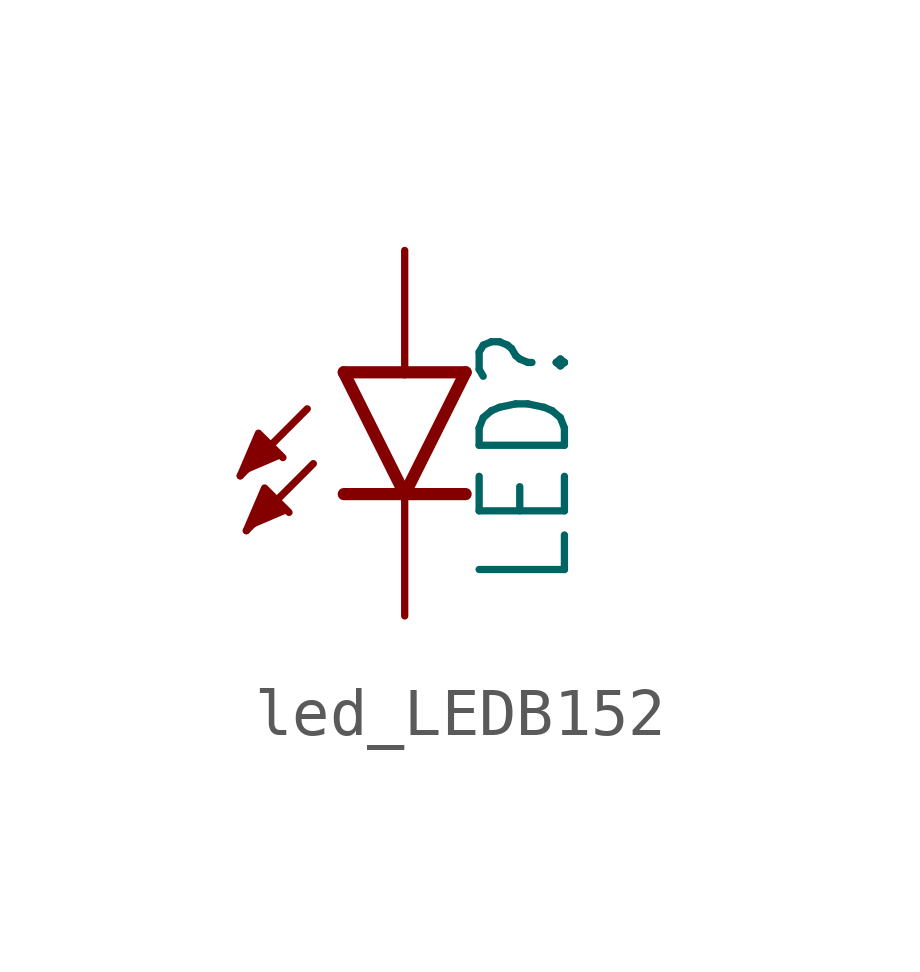
<source format=kicad_sym>
(kicad_symbol_lib
  (version 20231120)
  (generator "kicad_symbol_editor")
  (generator_version "8.0")
  (symbol "led_LEDB152"
    (property "Reference" "LED"
      (at 3.556 -4.572 90)
      (effects (font (size 1.778 1.511)) (justify left bottom)))
    (property "Value" ""
      (at 5.715 -4.572 90)
      (effects (font (size 1.778 1.511)) (justify left bottom)))
    (property "ki_locked" ""
      (at 0 0 0)
      (effects (font (size 1.27 1.27))))
    (symbol "led_LEDB152_1_0"
      (polyline (pts (xy -2.032 -0.762) (xy -3.429 -2.159)) (stroke (width 0.152) (type solid)) (fill (type none)))
      (polyline (pts (xy -1.905 -1.905) (xy -3.302 -3.302)) (stroke (width 0.152) (type solid)) (fill (type none)))
      (polyline (pts (xy 0 -2.54) (xy -1.27 -2.54)) (stroke (width 0.254) (type solid)) (fill (type none)))
      (polyline (pts (xy 0 -2.54) (xy -1.27 0)) (stroke (width 0.254) (type solid)) (fill (type none)))
      (polyline (pts (xy 0 0) (xy -1.27 0)) (stroke (width 0.254) (type solid)) (fill (type none)))
      (polyline (pts (xy 1.27 -2.54) (xy 0 -2.54)) (stroke (width 0.254) (type solid)) (fill (type none)))
      (polyline (pts (xy 1.27 0) (xy 0 -2.54)) (stroke (width 0.254) (type solid)) (fill (type none)))
      (polyline (pts (xy 1.27 0) (xy 0 0)) (stroke (width 0.254) (type solid)) (fill (type none)))
      (polyline (pts (xy -3.429 -2.159) (xy -3.048 -1.27) (xy -2.54 -1.778)) (stroke (width 0.152) (type solid)) (fill (type outline)))
      (polyline (pts (xy -3.302 -3.302) (xy -2.921 -2.413) (xy -2.413 -2.921)) (stroke (width 0.152) (type solid)) (fill (type outline)))
      (pin passive line (at 0 2.54 270) (length 2.54) (name "A" (effects (font (size 0 0)))) (number "A" (effects (font (size 0 0)))))
      (pin passive line (at 0 -5.08 90) (length 2.54) (name "C" (effects (font (size 0 0)))) (number "K" (effects (font (size 0 0))))))))
</source>
